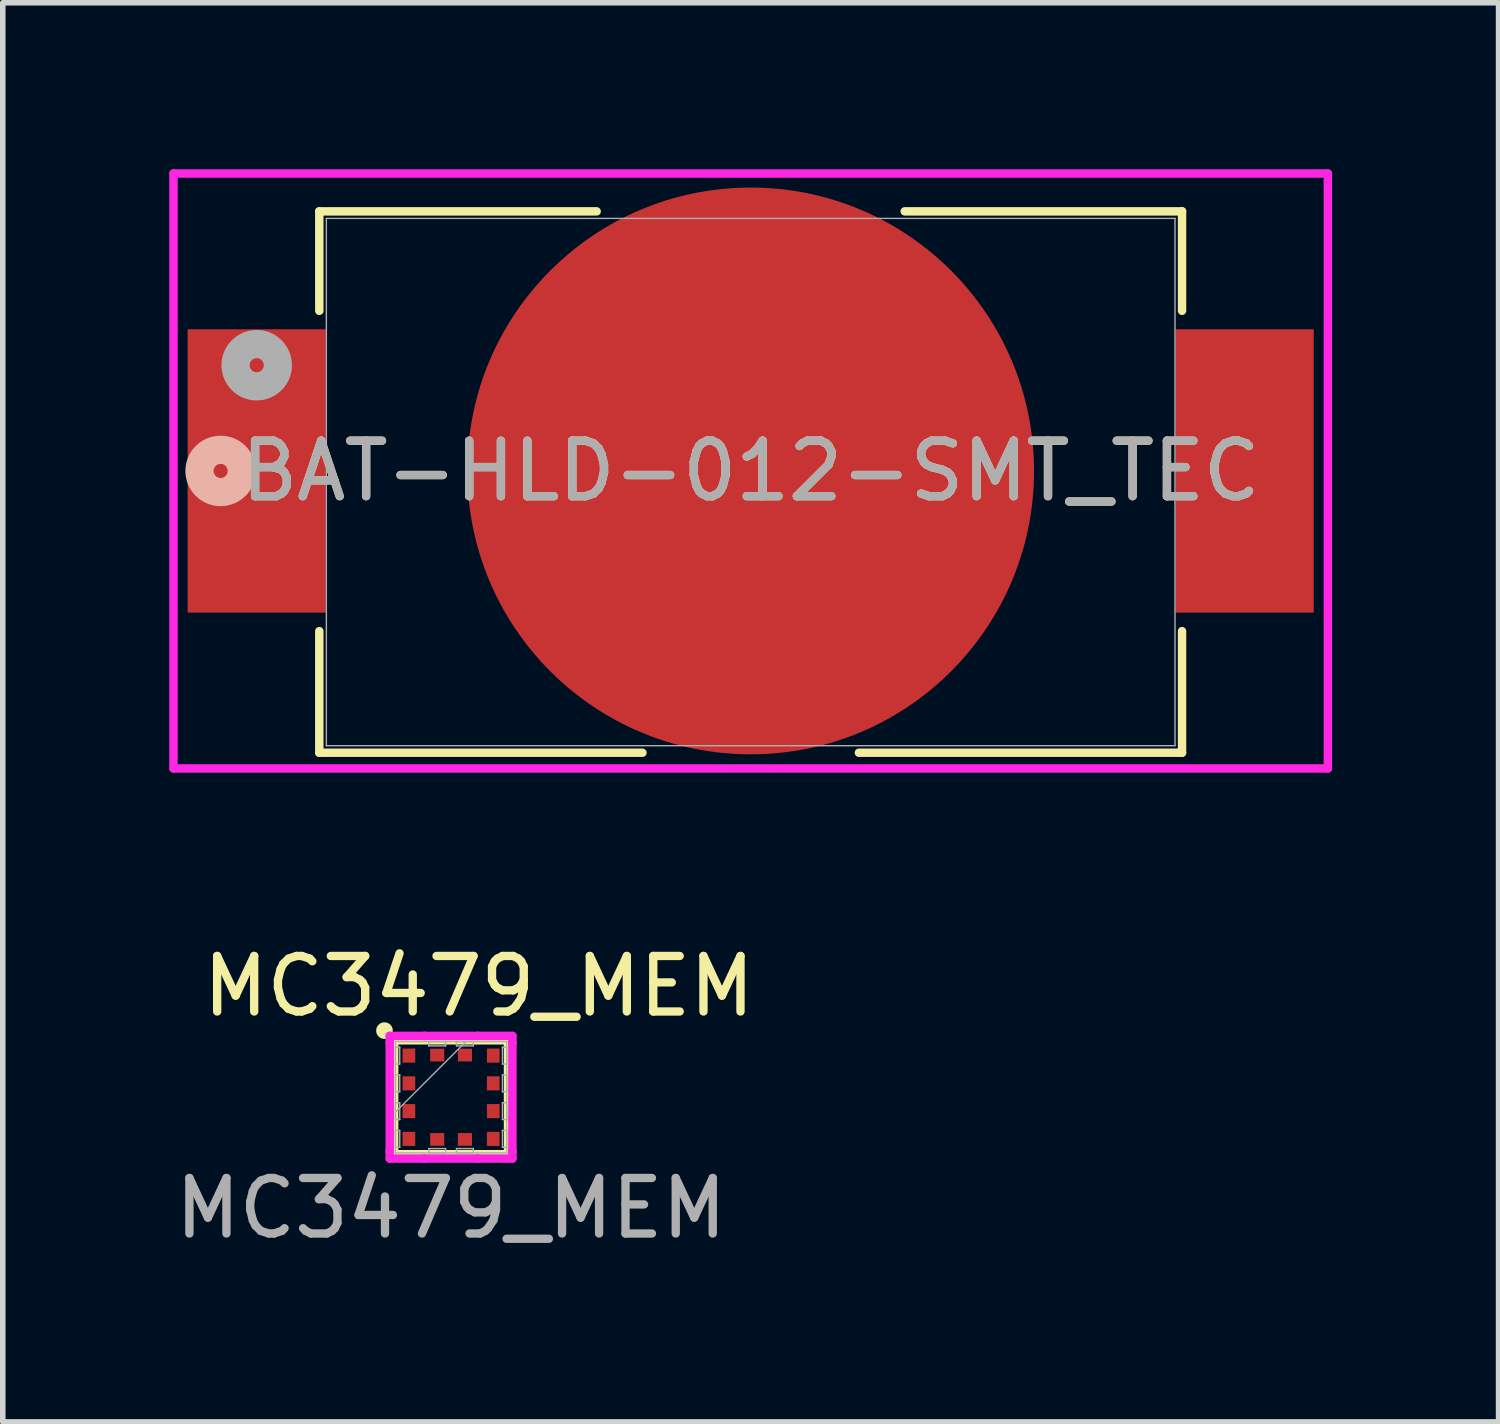
<source format=kicad_pcb>
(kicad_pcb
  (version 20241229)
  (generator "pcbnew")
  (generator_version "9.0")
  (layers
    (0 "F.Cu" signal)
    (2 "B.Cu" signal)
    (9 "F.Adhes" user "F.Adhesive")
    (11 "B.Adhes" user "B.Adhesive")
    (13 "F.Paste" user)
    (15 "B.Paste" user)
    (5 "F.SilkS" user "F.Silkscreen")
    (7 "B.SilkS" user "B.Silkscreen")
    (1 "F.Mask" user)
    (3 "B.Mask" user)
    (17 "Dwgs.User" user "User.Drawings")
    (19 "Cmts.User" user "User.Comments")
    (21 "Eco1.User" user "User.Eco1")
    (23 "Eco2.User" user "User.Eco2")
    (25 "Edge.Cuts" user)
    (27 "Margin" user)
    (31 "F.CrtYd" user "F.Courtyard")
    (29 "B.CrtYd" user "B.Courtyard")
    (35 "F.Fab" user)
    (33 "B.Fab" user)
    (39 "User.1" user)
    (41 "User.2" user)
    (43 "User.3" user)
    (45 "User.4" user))
  (footprint "MC3479_MEM"
    (layer "F.Cu")
    (at 5.077 16.719)
    (property "Reference" "MC3479_MEM" (at 0.5 -2 0) (unlocked yes) (layer "F.SilkS") (effects (font (size 1 1) (thickness 0.15))))
    (attr smd)
    (fp_rect (start -1 -1) (end 1 1) (stroke (width 0.1) (type default)) (fill no) (layer "F.SilkS"))
    (fp_circle (center -1.2 -1.2) (end -1.1 -1.2) (stroke (width 0.1) (type solid)) (fill yes) (layer "F.SilkS"))
    (fp_line (start -1.105 -1.105) (end -0.479 -1.105) (stroke (width 0.152) (type solid)) (layer "F.CrtYd"))
    (fp_line (start -1.105 -0.979) (end -1.105 -1.105) (stroke (width 0.152) (type solid)) (layer "F.CrtYd"))
    (fp_line (start -1.105 -0.979) (end -1.105 -0.979) (stroke (width 0.152) (type solid)) (layer "F.CrtYd"))
    (fp_line (start -1.105 0.979) (end -1.105 -0.979) (stroke (width 0.152) (type solid)) (layer "F.CrtYd"))
    (fp_line (start -1.105 0.979) (end -1.105 0.979) (stroke (width 0.152) (type solid)) (layer "F.CrtYd"))
    (fp_line (start -1.105 1.105) (end -1.105 0.979) (stroke (width 0.152) (type solid)) (layer "F.CrtYd"))
    (fp_line (start -0.479 -1.105) (end -0.479 -1.105) (stroke (width 0.152) (type solid)) (layer "F.CrtYd"))
    (fp_line (start -0.479 -1.105) (end 0.479 -1.105) (stroke (width 0.152) (type solid)) (layer "F.CrtYd"))
    (fp_line (start -0.479 1.105) (end -1.105 1.105) (stroke (width 0.152) (type solid)) (layer "F.CrtYd"))
    (fp_line (start -0.479 1.105) (end -0.479 1.105) (stroke (width 0.152) (type solid)) (layer "F.CrtYd"))
    (fp_line (start 0.479 -1.105) (end 0.479 -1.105) (stroke (width 0.152) (type solid)) (layer "F.CrtYd"))
    (fp_line (start 0.479 -1.105) (end 1.105 -1.105) (stroke (width 0.152) (type solid)) (layer "F.CrtYd"))
    (fp_line (start 0.479 1.105) (end -0.479 1.105) (stroke (width 0.152) (type solid)) (layer "F.CrtYd"))
    (fp_line (start 0.479 1.105) (end 0.479 1.105) (stroke (width 0.152) (type solid)) (layer "F.CrtYd"))
    (fp_line (start 1.105 -1.105) (end 1.105 -0.979) (stroke (width 0.152) (type solid)) (layer "F.CrtYd"))
    (fp_line (start 1.105 -0.979) (end 1.105 -0.979) (stroke (width 0.152) (type solid)) (layer "F.CrtYd"))
    (fp_line (start 1.105 -0.979) (end 1.105 0.979) (stroke (width 0.152) (type solid)) (layer "F.CrtYd"))
    (fp_line (start 1.105 0.979) (end 1.105 0.979) (stroke (width 0.152) (type solid)) (layer "F.CrtYd"))
    (fp_line (start 1.105 0.979) (end 1.105 1.105) (stroke (width 0.152) (type solid)) (layer "F.CrtYd"))
    (fp_line (start 1.105 1.105) (end 0.479 1.105) (stroke (width 0.152) (type solid)) (layer "F.CrtYd"))
    (fp_line (start -1.003 -1.003) (end -1.003 -1.003) (stroke (width 0.025) (type solid)) (layer "F.Fab"))
    (fp_line (start -1.003 -1.003) (end -1.003 1.003) (stroke (width 0.025) (type solid)) (layer "F.Fab"))
    (fp_line (start -1.003 -0.902) (end -0.925 -0.902) (stroke (width 0.025) (type solid)) (layer "F.Fab"))
    (fp_line (start -1.003 -0.598) (end -1.003 -0.902) (stroke (width 0.025) (type solid)) (layer "F.Fab"))
    (fp_line (start -1.003 -0.402) (end -0.925 -0.402) (stroke (width 0.025) (type solid)) (layer "F.Fab"))
    (fp_line (start -1.003 -0.098) (end -1.003 -0.402) (stroke (width 0.025) (type solid)) (layer "F.Fab"))
    (fp_line (start -1.003 0.098) (end -0.925 0.098) (stroke (width 0.025) (type solid)) (layer "F.Fab"))
    (fp_line (start -1.003 0.267) (end 0.267 -1.003) (stroke (width 0.025) (type solid)) (layer "F.Fab"))
    (fp_line (start -1.003 0.402) (end -1.003 0.098) (stroke (width 0.025) (type solid)) (layer "F.Fab"))
    (fp_line (start -1.003 0.598) (end -0.925 0.598) (stroke (width 0.025) (type solid)) (layer "F.Fab"))
    (fp_line (start -1.003 0.902) (end -1.003 0.598) (stroke (width 0.025) (type solid)) (layer "F.Fab"))
    (fp_line (start -1.003 1.003) (end -1.003 1.003) (stroke (width 0.025) (type solid)) (layer "F.Fab"))
    (fp_line (start -1.003 1.003) (end 1.003 1.003) (stroke (width 0.025) (type solid)) (layer "F.Fab"))
    (fp_line (start -0.925 -0.902) (end -0.925 -0.598) (stroke (width 0.025) (type solid)) (layer "F.Fab"))
    (fp_line (start -0.925 -0.598) (end -1.003 -0.598) (stroke (width 0.025) (type solid)) (layer "F.Fab"))
    (fp_line (start -0.925 -0.402) (end -0.925 -0.098) (stroke (width 0.025) (type solid)) (layer "F.Fab"))
    (fp_line (start -0.925 -0.098) (end -1.003 -0.098) (stroke (width 0.025) (type solid)) (layer "F.Fab"))
    (fp_line (start -0.925 0.098) (end -0.925 0.402) (stroke (width 0.025) (type solid)) (layer "F.Fab"))
    (fp_line (start -0.925 0.402) (end -1.003 0.402) (stroke (width 0.025) (type solid)) (layer "F.Fab"))
    (fp_line (start -0.925 0.598) (end -0.925 0.902) (stroke (width 0.025) (type solid)) (layer "F.Fab"))
    (fp_line (start -0.925 0.902) (end -1.003 0.902) (stroke (width 0.025) (type solid)) (layer "F.Fab"))
    (fp_line (start -0.402 -1.003) (end -0.098 -1.003) (stroke (width 0.025) (type solid)) (layer "F.Fab"))
    (fp_line (start -0.402 -0.925) (end -0.402 -1.003) (stroke (width 0.025) (type solid)) (layer "F.Fab"))
    (fp_line (start -0.402 0.925) (end -0.098 0.925) (stroke (width 0.025) (type solid)) (layer "F.Fab"))
    (fp_line (start -0.402 1.003) (end -0.402 0.925) (stroke (width 0.025) (type solid)) (layer "F.Fab"))
    (fp_line (start -0.098 -1.003) (end -0.098 -0.925) (stroke (width 0.025) (type solid)) (layer "F.Fab"))
    (fp_line (start -0.098 -0.925) (end -0.402 -0.925) (stroke (width 0.025) (type solid)) (layer "F.Fab"))
    (fp_line (start -0.098 0.925) (end -0.098 1.003) (stroke (width 0.025) (type solid)) (layer "F.Fab"))
    (fp_line (start -0.098 1.003) (end -0.402 1.003) (stroke (width 0.025) (type solid)) (layer "F.Fab"))
    (fp_line (start 0.098 -1.003) (end 0.402 -1.003) (stroke (width 0.025) (type solid)) (layer "F.Fab"))
    (fp_line (start 0.098 -0.925) (end 0.098 -1.003) (stroke (width 0.025) (type solid)) (layer "F.Fab"))
    (fp_line (start 0.098 0.925) (end 0.402 0.925) (stroke (width 0.025) (type solid)) (layer "F.Fab"))
    (fp_line (start 0.098 1.003) (end 0.098 0.925) (stroke (width 0.025) (type solid)) (layer "F.Fab"))
    (fp_line (start 0.402 -1.003) (end 0.402 -0.925) (stroke (width 0.025) (type solid)) (layer "F.Fab"))
    (fp_line (start 0.402 -0.925) (end 0.098 -0.925) (stroke (width 0.025) (type solid)) (layer "F.Fab"))
    (fp_line (start 0.402 0.925) (end 0.402 1.003) (stroke (width 0.025) (type solid)) (layer "F.Fab"))
    (fp_line (start 0.402 1.003) (end 0.098 1.003) (stroke (width 0.025) (type solid)) (layer "F.Fab"))
    (fp_line (start 0.925 -0.902) (end 1.003 -0.902) (stroke (width 0.025) (type solid)) (layer "F.Fab"))
    (fp_line (start 0.925 -0.598) (end 0.925 -0.902) (stroke (width 0.025) (type solid)) (layer "F.Fab"))
    (fp_line (start 0.925 -0.402) (end 1.003 -0.402) (stroke (width 0.025) (type solid)) (layer "F.Fab"))
    (fp_line (start 0.925 -0.098) (end 0.925 -0.402) (stroke (width 0.025) (type solid)) (layer "F.Fab"))
    (fp_line (start 0.925 0.098) (end 1.003 0.098) (stroke (width 0.025) (type solid)) (layer "F.Fab"))
    (fp_line (start 0.925 0.402) (end 0.925 0.098) (stroke (width 0.025) (type solid)) (layer "F.Fab"))
    (fp_line (start 0.925 0.598) (end 1.003 0.598) (stroke (width 0.025) (type solid)) (layer "F.Fab"))
    (fp_line (start 0.925 0.902) (end 0.925 0.598) (stroke (width 0.025) (type solid)) (layer "F.Fab"))
    (fp_line (start 1.003 -1.003) (end -1.003 -1.003) (stroke (width 0.025) (type solid)) (layer "F.Fab"))
    (fp_line (start 1.003 -1.003) (end 1.003 -1.003) (stroke (width 0.025) (type solid)) (layer "F.Fab"))
    (fp_line (start 1.003 -0.902) (end 1.003 -0.598) (stroke (width 0.025) (type solid)) (layer "F.Fab"))
    (fp_line (start 1.003 -0.598) (end 0.925 -0.598) (stroke (width 0.025) (type solid)) (layer "F.Fab"))
    (fp_line (start 1.003 -0.402) (end 1.003 -0.098) (stroke (width 0.025) (type solid)) (layer "F.Fab"))
    (fp_line (start 1.003 -0.098) (end 0.925 -0.098) (stroke (width 0.025) (type solid)) (layer "F.Fab"))
    (fp_line (start 1.003 0.098) (end 1.003 0.402) (stroke (width 0.025) (type solid)) (layer "F.Fab"))
    (fp_line (start 1.003 0.402) (end 0.925 0.402) (stroke (width 0.025) (type solid)) (layer "F.Fab"))
    (fp_line (start 1.003 0.598) (end 1.003 0.902) (stroke (width 0.025) (type solid)) (layer "F.Fab"))
    (fp_line (start 1.003 0.902) (end 0.925 0.902) (stroke (width 0.025) (type solid)) (layer "F.Fab"))
    (fp_line (start 1.003 1.003) (end 1.003 -1.003) (stroke (width 0.025) (type solid)) (layer "F.Fab"))
    (fp_line (start 1.003 1.003) (end 1.003 1.003) (stroke (width 0.025) (type solid)) (layer "F.Fab"))
    (fp_text user "${REFERENCE}" (at 0 2 0) (unlocked yes) (layer "F.Fab") (effects (font (size 1 1) (thickness 0.15))))
    (pad "1" smd rect (at -0.76 -0.75 90) (size 0.254 0.229) (layers "F.Cu" "F.Mask" "F.Paste"))
    (pad "2" smd rect (at -0.76 -0.25 90) (size 0.254 0.229) (layers "F.Cu" "F.Mask" "F.Paste"))
    (pad "3" smd rect (at -0.76 0.25 90) (size 0.254 0.229) (layers "F.Cu" "F.Mask" "F.Paste"))
    (pad "4" smd rect (at -0.76 0.75 90) (size 0.254 0.229) (layers "F.Cu" "F.Mask" "F.Paste"))
    (pad "5" smd rect (at -0.25 0.76) (size 0.254 0.229) (layers "F.Cu" "F.Mask" "F.Paste"))
    (pad "6" smd rect (at 0.25 0.76) (size 0.254 0.229) (layers "F.Cu" "F.Mask" "F.Paste"))
    (pad "7" smd rect (at 0.76 0.75 90) (size 0.254 0.229) (layers "F.Cu" "F.Mask" "F.Paste"))
    (pad "8" smd rect (at 0.76 0.25 90) (size 0.254 0.229) (layers "F.Cu" "F.Mask" "F.Paste"))
    (pad "9" smd rect (at 0.76 -0.25 90) (size 0.254 0.229) (layers "F.Cu" "F.Mask" "F.Paste"))
    (pad "10" smd rect (at 0.76 -0.75 90) (size 0.254 0.229) (layers "F.Cu" "F.Mask" "F.Paste"))
    (pad "11" smd rect (at 0.25 -0.76) (size 0.254 0.229) (layers "F.Cu" "F.Mask" "F.Paste"))
    (pad "12" smd rect (at -0.25 -0.76) (size 0.254 0.229) (layers "F.Cu" "F.Mask" "F.Paste")))
  (footprint "BAT-HLD-012-SMT_TEC"
    (layer "F.Cu")
    (at 10.475 5.635)
    (property "Reference" "BAT-HLD-012-SMT_TEC" (at 0 -0.2 0) (unlocked yes) (layer "F.SilkS") (effects (font (size 1 1) (thickness 0.15))))
    (attr smd)
    (fp_line (start -7.772 -4.877) (end -7.772 -3.085) (stroke (width 0.152) (type solid)) (layer "F.SilkS"))
    (fp_line (start -7.772 2.686) (end -7.772 4.877) (stroke (width 0.152) (type solid)) (layer "F.SilkS"))
    (fp_line (start -7.772 4.877) (end -1.95 4.877) (stroke (width 0.152) (type solid)) (layer "F.SilkS"))
    (fp_line (start -2.775 -4.877) (end -7.772 -4.877) (stroke (width 0.152) (type solid)) (layer "F.SilkS"))
    (fp_line (start 1.95 4.877) (end 7.772 4.877) (stroke (width 0.152) (type solid)) (layer "F.SilkS"))
    (fp_line (start 7.772 -4.877) (end 2.775 -4.877) (stroke (width 0.152) (type solid)) (layer "F.SilkS"))
    (fp_line (start 7.772 -3.085) (end 7.772 -4.877) (stroke (width 0.152) (type solid)) (layer "F.SilkS"))
    (fp_line (start 7.772 4.877) (end 7.772 2.686) (stroke (width 0.152) (type solid)) (layer "F.SilkS"))
    (fp_circle (center -9.55 -0.2) (end -9.169 -0.2) (stroke (width 0.508) (type solid)) (fill no) (layer "B.SilkS"))
    (fp_line (start -10.399 -5.559) (end -10.399 5.16) (stroke (width 0.152) (type solid)) (layer "F.CrtYd"))
    (fp_line (start -10.399 5.16) (end 10.399 5.16) (stroke (width 0.152) (type solid)) (layer "F.CrtYd"))
    (fp_line (start 10.399 -5.559) (end -10.399 -5.559) (stroke (width 0.152) (type solid)) (layer "F.CrtYd"))
    (fp_line (start 10.399 5.16) (end 10.399 -5.559) (stroke (width 0.152) (type solid)) (layer "F.CrtYd"))
    (fp_line (start -7.645 -4.75) (end -7.645 4.75) (stroke (width 0.025) (type solid)) (layer "F.Fab"))
    (fp_line (start -7.645 4.75) (end 7.645 4.75) (stroke (width 0.025) (type solid)) (layer "F.Fab"))
    (fp_line (start 7.645 -4.75) (end -7.645 -4.75) (stroke (width 0.025) (type solid)) (layer "F.Fab"))
    (fp_line (start 7.645 4.75) (end 7.645 -4.75) (stroke (width 0.025) (type solid)) (layer "F.Fab"))
    (fp_circle (center -8.9 -2.105) (end -8.519 -2.105) (stroke (width 0.508) (type solid)) (fill no) (layer "F.Fab"))
    (fp_text user "${REFERENCE}" (at 0 -0.2 0) (unlocked yes) (layer "F.Fab") (effects (font (size 1 1) (thickness 0.15))))
    (pad "1" smd rect (at -8.9 -0.2) (size 2.489 5.105) (layers "F.Cu" "F.Mask" "F.Paste"))
    (pad "1" smd rect (at 8.9 -0.2) (size 2.489 5.105) (layers "F.Cu" "F.Mask" "F.Paste"))
    (pad "2" smd circle (at 0 -0.2) (size 10.211 10.211) (layers "F.Cu" "F.Mask" "F.Paste")))
  (gr_rect
    (start -3 -3)
    (end 23.95 22.568)
    (stroke (width 0.1) (type default))
    (fill no)
    (layer "Edge.Cuts")))
</source>
